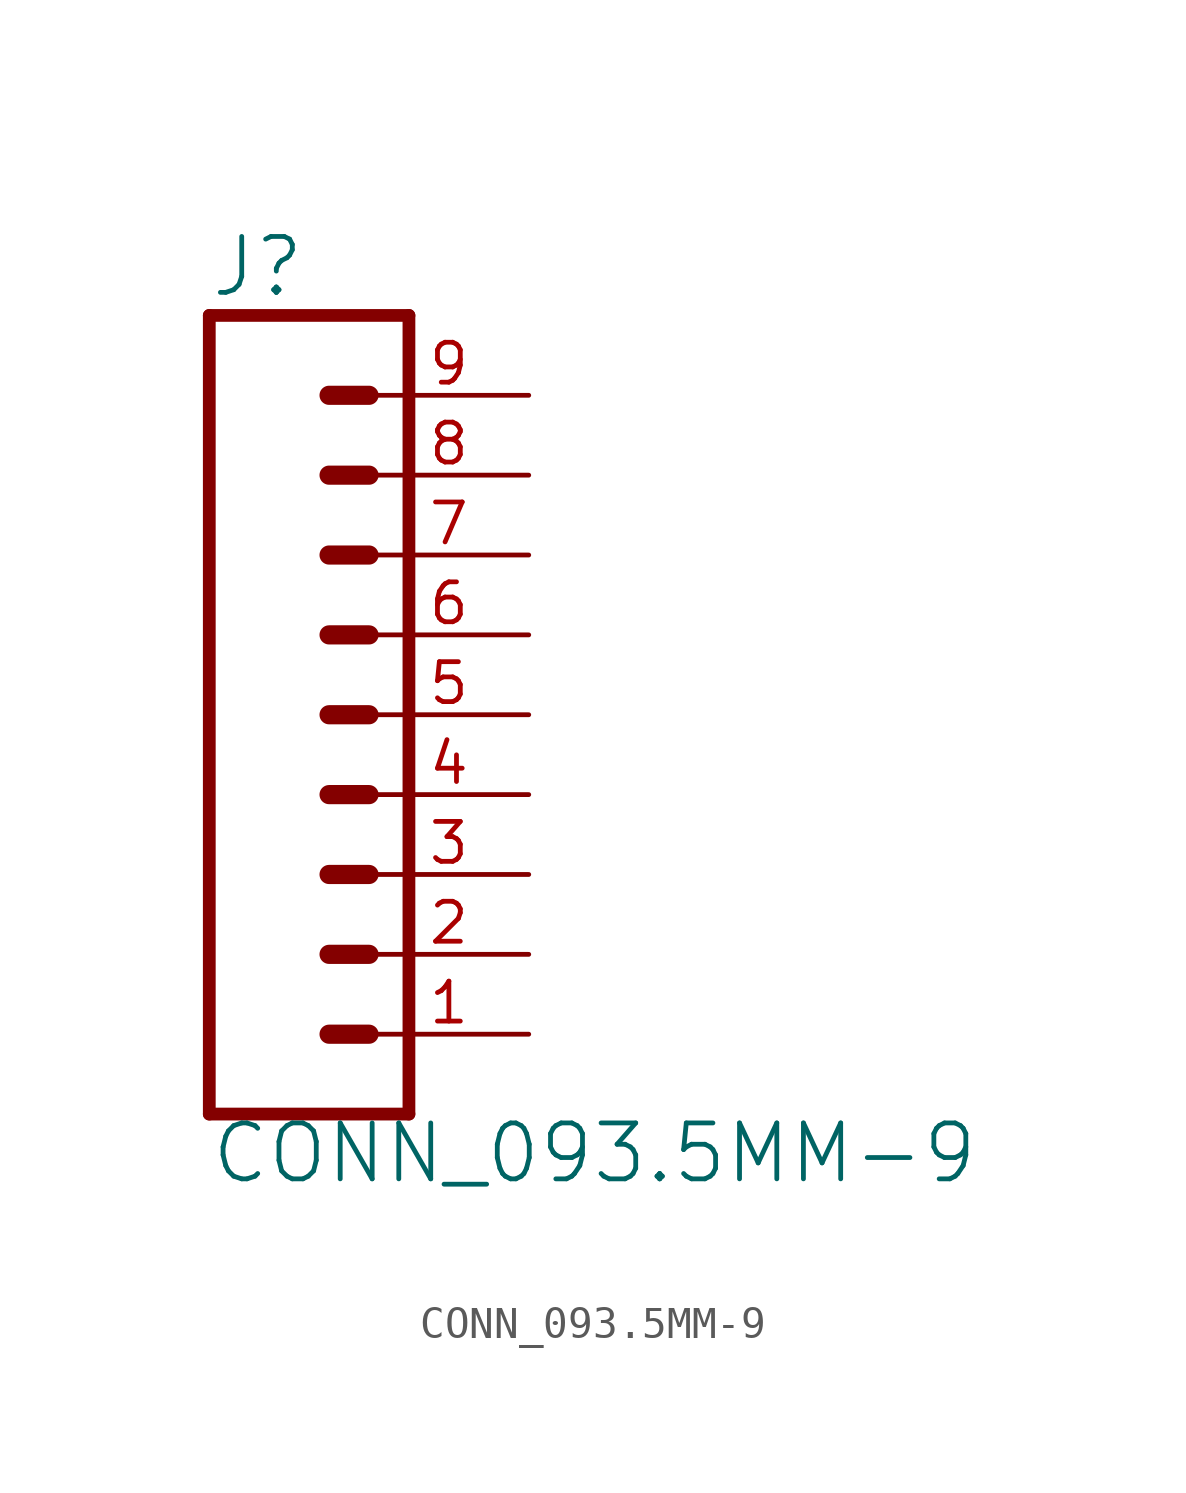
<source format=kicad_sym>
(kicad_symbol_lib
  (version 20211014)
  (generator kicad_symbol_editor)
  (symbol "CONN_093.5MM-9"
    (property "Reference" "J"
      (at 0 13.208 0)
      (effects (font (size 1.778 1.778)) (justify left bottom)))
    (property "Value" "CONN_093.5MM-9"
      (at 0 -14.986 0)
      (effects (font (size 1.778 1.778)) (justify left bottom)))
    (property "ki_locked" ""
      (at 0 0 0)
      (effects (font (size 1.27 1.27))))
    (symbol "CONN_093.5MM-9_1_0"
      (polyline (pts (xy 0 12.7) (xy 0 -12.7)) (stroke (width 0.406) (type default) (color 0 0 0 0)) (fill (type none)))
      (polyline (pts (xy 0 12.7) (xy 6.35 12.7)) (stroke (width 0.406) (type default) (color 0 0 0 0)) (fill (type none)))
      (polyline (pts (xy 3.81 -10.16) (xy 5.08 -10.16)) (stroke (width 0.61) (type default) (color 0 0 0 0)) (fill (type none)))
      (polyline (pts (xy 3.81 -7.62) (xy 5.08 -7.62)) (stroke (width 0.61) (type default) (color 0 0 0 0)) (fill (type none)))
      (polyline (pts (xy 3.81 -5.08) (xy 5.08 -5.08)) (stroke (width 0.61) (type default) (color 0 0 0 0)) (fill (type none)))
      (polyline (pts (xy 3.81 -2.54) (xy 5.08 -2.54)) (stroke (width 0.61) (type default) (color 0 0 0 0)) (fill (type none)))
      (polyline (pts (xy 3.81 0) (xy 5.08 0)) (stroke (width 0.61) (type default) (color 0 0 0 0)) (fill (type none)))
      (polyline (pts (xy 3.81 2.54) (xy 5.08 2.54)) (stroke (width 0.61) (type default) (color 0 0 0 0)) (fill (type none)))
      (polyline (pts (xy 3.81 5.08) (xy 5.08 5.08)) (stroke (width 0.61) (type default) (color 0 0 0 0)) (fill (type none)))
      (polyline (pts (xy 3.81 7.62) (xy 5.08 7.62)) (stroke (width 0.61) (type default) (color 0 0 0 0)) (fill (type none)))
      (polyline (pts (xy 3.81 10.16) (xy 5.08 10.16)) (stroke (width 0.61) (type default) (color 0 0 0 0)) (fill (type none)))
      (polyline (pts (xy 6.35 -12.7) (xy 0 -12.7)) (stroke (width 0.406) (type default) (color 0 0 0 0)) (fill (type none)))
      (polyline (pts (xy 6.35 -12.7) (xy 6.35 12.7)) (stroke (width 0.406) (type default) (color 0 0 0 0)) (fill (type none)))
      (pin passive line (at 10.16 -10.16 180) (length 5.08) (name "1" (effects (font (size 0 0)))) (number "1" (effects (font (size 1.27 1.27)))))
      (pin passive line (at 10.16 -7.62 180) (length 5.08) (name "2" (effects (font (size 0 0)))) (number "2" (effects (font (size 1.27 1.27)))))
      (pin passive line (at 10.16 -5.08 180) (length 5.08) (name "3" (effects (font (size 0 0)))) (number "3" (effects (font (size 1.27 1.27)))))
      (pin passive line (at 10.16 -2.54 180) (length 5.08) (name "4" (effects (font (size 0 0)))) (number "4" (effects (font (size 1.27 1.27)))))
      (pin passive line (at 10.16 0 180) (length 5.08) (name "5" (effects (font (size 0 0)))) (number "5" (effects (font (size 1.27 1.27)))))
      (pin passive line (at 10.16 2.54 180) (length 5.08) (name "6" (effects (font (size 0 0)))) (number "6" (effects (font (size 1.27 1.27)))))
      (pin passive line (at 10.16 5.08 180) (length 5.08) (name "7" (effects (font (size 0 0)))) (number "7" (effects (font (size 1.27 1.27)))))
      (pin passive line (at 10.16 7.62 180) (length 5.08) (name "8" (effects (font (size 0 0)))) (number "8" (effects (font (size 1.27 1.27)))))
      (pin passive line (at 10.16 10.16 180) (length 5.08) (name "9" (effects (font (size 0 0)))) (number "9" (effects (font (size 1.27 1.27))))))))
</source>
